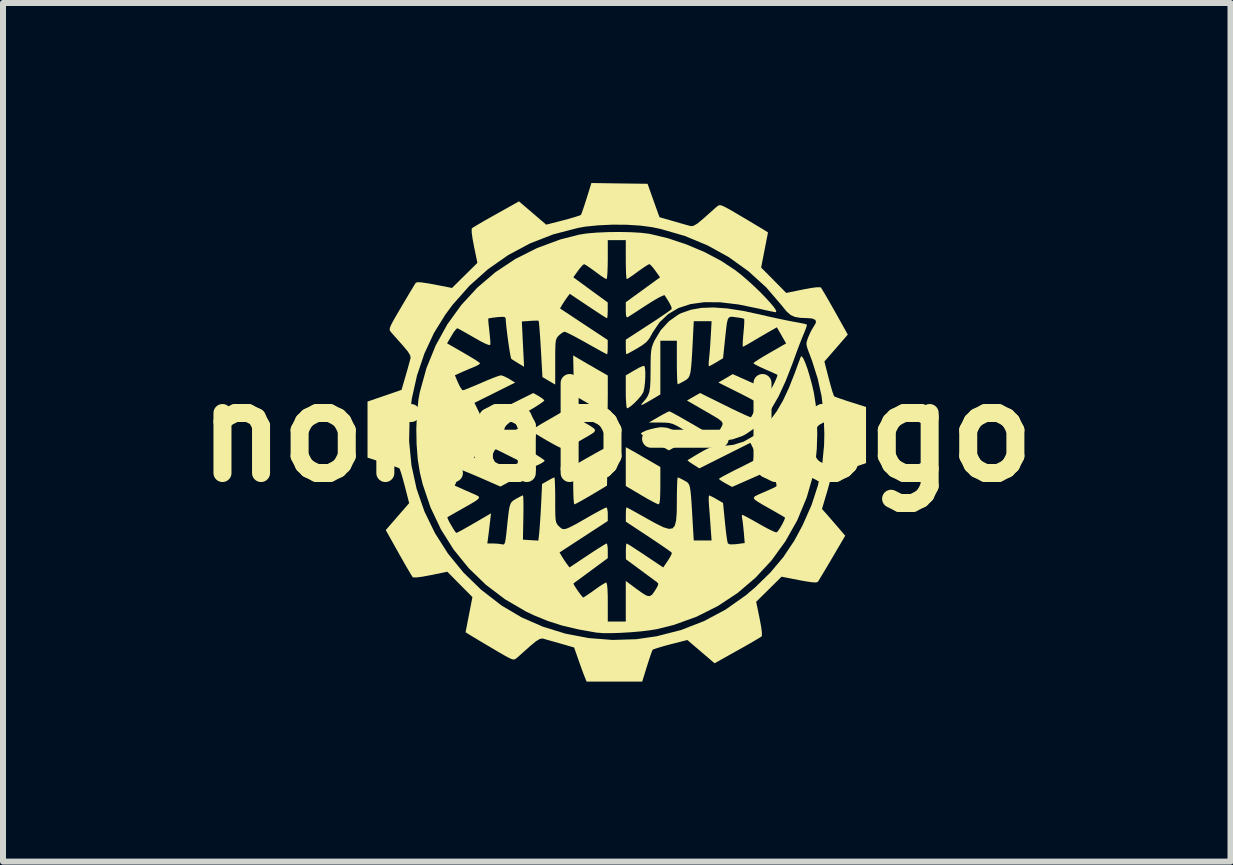
<source format=kicad_pcb>
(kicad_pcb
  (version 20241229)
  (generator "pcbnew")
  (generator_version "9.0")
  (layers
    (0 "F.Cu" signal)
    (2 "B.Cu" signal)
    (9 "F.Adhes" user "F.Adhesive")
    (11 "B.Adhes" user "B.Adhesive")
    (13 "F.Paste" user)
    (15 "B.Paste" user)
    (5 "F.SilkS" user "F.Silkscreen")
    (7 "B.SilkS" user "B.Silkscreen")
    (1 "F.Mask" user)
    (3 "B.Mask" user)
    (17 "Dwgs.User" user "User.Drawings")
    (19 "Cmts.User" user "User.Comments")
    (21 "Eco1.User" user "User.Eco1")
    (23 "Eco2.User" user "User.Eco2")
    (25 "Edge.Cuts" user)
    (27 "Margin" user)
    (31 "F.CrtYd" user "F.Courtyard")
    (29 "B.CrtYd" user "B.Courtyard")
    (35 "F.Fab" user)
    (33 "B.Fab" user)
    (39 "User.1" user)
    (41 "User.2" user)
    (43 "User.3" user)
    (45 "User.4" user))
  (footprint "norlab-logo"
    (layer "F.Cu")
    (at 7.229 4.155)
    (property "Reference" "norlab-logo" (at 0 0 0) (layer "F.SilkS") (effects (font (size 1.5 1.5) (thickness 0.3))))
    (attr board_only exclude_from_pos_files exclude_from_bom)
    (fp_poly (pts (xy 0.206 0.278) (xy 0.251 0.303) (xy 0.327 0.346) (xy 0.422 0.401) (xy 0.494 0.443) (xy 0.726 0.578) (xy 0.726 0.89) (xy 0.724 1.028) (xy 0.72 1.121) (xy 0.712 1.177) (xy 0.699 1.199) (xy 0.694 1.2) (xy 0.662 1.187) (xy 0.596 1.154) (xy 0.506 1.105) (xy 0.407 1.047) (xy 0.15 0.895) (xy 0.15 0.572) (xy 0.15 0.248)) (stroke (width 0) (type solid)) (fill yes) (layer "F.SilkS"))
    (fp_poly (pts (xy -0.633 -1.226) (xy -0.566 -1.187) (xy -0.474 -1.133) (xy -0.372 -1.075) (xy -0.344 -1.058) (xy -0.15 -0.947) (xy -0.15 -0.623) (xy -0.151 -0.503) (xy -0.152 -0.403) (xy -0.154 -0.332) (xy -0.157 -0.301) (xy -0.157 -0.3) (xy -0.18 -0.312) (xy -0.238 -0.344) (xy -0.322 -0.392) (xy -0.425 -0.451) (xy -0.439 -0.459) (xy -0.713 -0.618) (xy -0.72 -0.95) (xy -0.727 -1.282)) (stroke (width 0) (type solid)) (fill yes) (layer "F.SilkS"))
    (fp_poly (pts (xy 0.469 -1.077) (xy 0.475 -1.011) (xy 0.475 -0.924) (xy 0.47 -0.829) (xy 0.459 -0.742) (xy 0.445 -0.677) (xy 0.441 -0.667) (xy 0.409 -0.614) (xy 0.354 -0.55) (xy 0.291 -0.485) (xy 0.229 -0.432) (xy 0.182 -0.403) (xy 0.171 -0.4) (xy 0.162 -0.424) (xy 0.156 -0.487) (xy 0.151 -0.58) (xy 0.15 -0.675) (xy 0.15 -0.949) (xy 0.294 -1.034) (xy 0.369 -1.076) (xy 0.428 -1.102) (xy 0.457 -1.109)) (stroke (width 0) (type solid)) (fill yes) (layer "F.SilkS"))
    (fp_poly (pts (xy -0.161 0.274) (xy -0.156 0.338) (xy -0.154 0.433) (xy -0.155 0.55) (xy -0.156 0.569) (xy -0.163 0.888) (xy -0.425 1.045) (xy -0.528 1.105) (xy -0.615 1.154) (xy -0.678 1.188) (xy -0.707 1.201) (xy -0.707 1.201) (xy -0.714 1.178) (xy -0.72 1.114) (xy -0.724 1.018) (xy -0.726 0.901) (xy -0.726 0.88) (xy -0.726 0.559) (xy -0.456 0.405) (xy -0.351 0.346) (xy -0.263 0.297) (xy -0.199 0.264) (xy -0.168 0.25) (xy -0.167 0.25)) (stroke (width 0) (type solid)) (fill yes) (layer "F.SilkS"))
    (fp_poly (pts (xy 0.837 -0.076) (xy 0.925 -0.044) (xy 1.022 0.01) (xy 1.097 0.057) (xy 1.152 0.093) (xy 1.176 0.112) (xy 1.176 0.113) (xy 1.157 0.128) (xy 1.107 0.16) (xy 1.041 0.202) (xy 0.971 0.244) (xy 0.911 0.278) (xy 0.874 0.298) (xy 0.868 0.3) (xy 0.846 0.288) (xy 0.789 0.257) (xy 0.708 0.211) (xy 0.632 0.169) (xy 0.538 0.114) (xy 0.462 0.067) (xy 0.414 0.034) (xy 0.401 0.022) (xy 0.423 0.000288) (xy 0.48 -0.026) (xy 0.558 -0.051) (xy 0.643 -0.072) (xy 0.722 -0.084) (xy 0.753 -0.085)) (stroke (width 0) (type solid)) (fill yes) (layer "F.SilkS"))
    (fp_poly (pts (xy -0.84 -0.324) (xy -0.761 -0.287) (xy -0.648 -0.225) (xy -0.518 -0.152) (xy -0.428 -0.099) (xy -0.376 -0.061) (xy -0.361 -0.03) (xy -0.381 0.001) (xy -0.434 0.036) (xy -0.517 0.085) (xy -0.555 0.106) (xy -0.656 0.165) (xy -0.745 0.217) (xy -0.811 0.254) (xy -0.838 0.269) (xy -0.867 0.276) (xy -0.907 0.269) (xy -0.968 0.244) (xy -1.055 0.198) (xy -1.157 0.141) (xy -1.259 0.081) (xy -1.344 0.03) (xy -1.402 -0.008) (xy -1.425 -0.028) (xy -1.426 -0.028) (xy -1.406 -0.046) (xy -1.351 -0.083) (xy -1.27 -0.133) (xy -1.195 -0.177) (xy -1.095 -0.234) (xy -1.009 -0.284) (xy -0.947 -0.32) (xy -0.923 -0.334) (xy -0.892 -0.339)) (stroke (width 0) (type solid)) (fill yes) (layer "F.SilkS"))
    (fp_poly (pts (xy 1.846 -2.064) (xy 2.112 -2.022) (xy 2.384 -1.964) (xy 2.534 -1.929) (xy 2.686 -1.896) (xy 2.824 -1.867) (xy 2.932 -1.846) (xy 2.96 -1.841) (xy 3.053 -1.824) (xy 3.125 -1.809) (xy 3.164 -1.798) (xy 3.167 -1.796) (xy 3.164 -1.769) (xy 3.144 -1.71) (xy 3.119 -1.649) (xy 3.089 -1.576) (xy 3.047 -1.469) (xy 2.998 -1.34) (xy 2.948 -1.201) (xy 2.931 -1.154) (xy 2.813 -0.851) (xy 2.694 -0.594) (xy 2.57 -0.381) (xy 2.44 -0.208) (xy 2.301 -0.072) (xy 2.151 0.031) (xy 2.091 0.062) (xy 1.93 0.117) (xy 1.752 0.144) (xy 1.575 0.141) (xy 1.418 0.108) (xy 1.411 0.106) (xy 1.327 0.07) (xy 1.222 0.018) (xy 1.116 -0.041) (xy 1.099 -0.051) (xy 1.006 -0.106) (xy 0.936 -0.139) (xy 0.873 -0.156) (xy 0.797 -0.162) (xy 0.725 -0.163) (xy 0.535 -0.163) (xy 0.696 -0.257) (xy 0.776 -0.302) (xy 0.839 -0.335) (xy 0.874 -0.35) (xy 0.876 -0.35) (xy 0.903 -0.338) (xy 0.965 -0.305) (xy 1.056 -0.255) (xy 1.167 -0.191) (xy 1.26 -0.138) (xy 1.381 -0.067) (xy 1.487 -0.007) (xy 1.569 0.04) (xy 1.621 0.068) (xy 1.636 0.075) (xy 1.654 0.055) (xy 1.687 0.005) (xy 1.716 -0.042) (xy 1.744 -0.089) (xy 1.761 -0.125) (xy 1.763 -0.154) (xy 1.745 -0.184) (xy 1.701 -0.219) (xy 1.628 -0.265) (xy 1.519 -0.328) (xy 1.429 -0.38) (xy 1.17 -0.53) (xy 1.279 -0.593) (xy 1.389 -0.655) (xy 1.807 -0.448) (xy 1.939 -0.383) (xy 2.055 -0.328) (xy 2.148 -0.285) (xy 2.21 -0.259) (xy 2.236 -0.251) (xy 2.236 -0.251) (xy 2.254 -0.281) (xy 2.283 -0.336) (xy 2.315 -0.401) (xy 2.341 -0.456) (xy 2.352 -0.486) (xy 2.352 -0.487) (xy 2.331 -0.502) (xy 2.273 -0.535) (xy 2.186 -0.582) (xy 2.077 -0.638) (xy 2.023 -0.665) (xy 1.693 -0.83) (xy 1.813 -0.9) (xy 1.932 -0.97) (xy 2.234 -0.835) (xy 2.347 -0.785) (xy 2.444 -0.744) (xy 2.515 -0.714) (xy 2.55 -0.701) (xy 2.553 -0.701) (xy 2.571 -0.721) (xy 2.6 -0.771) (xy 2.632 -0.836) (xy 2.66 -0.899) (xy 2.676 -0.945) (xy 2.676 -0.959) (xy 2.649 -0.972) (xy 2.588 -1) (xy 2.504 -1.037) (xy 2.471 -1.051) (xy 2.383 -1.091) (xy 2.316 -1.125) (xy 2.28 -1.148) (xy 2.277 -1.153) (xy 2.298 -1.171) (xy 2.354 -1.208) (xy 2.437 -1.26) (xy 2.538 -1.319) (xy 2.55 -1.326) (xy 2.822 -1.482) (xy 2.745 -1.616) (xy 2.668 -1.75) (xy 2.529 -1.671) (xy 2.425 -1.611) (xy 2.311 -1.544) (xy 2.252 -1.509) (xy 2.179 -1.466) (xy 2.125 -1.437) (xy 2.101 -1.426) (xy 2.098 -1.449) (xy 2.1 -1.511) (xy 2.106 -1.6) (xy 2.111 -1.652) (xy 2.12 -1.753) (xy 2.125 -1.834) (xy 2.124 -1.882) (xy 2.122 -1.891) (xy 2.091 -1.901) (xy 2.028 -1.912) (xy 1.983 -1.918) (xy 1.932 -1.925) (xy 1.895 -1.925) (xy 1.869 -1.913) (xy 1.85 -1.882) (xy 1.836 -1.825) (xy 1.824 -1.736) (xy 1.81 -1.607) (xy 1.8 -1.512) (xy 1.771 -1.235) (xy 1.66 -1.168) (xy 1.595 -1.13) (xy 1.549 -1.106) (xy 1.536 -1.101) (xy 1.531 -1.123) (xy 1.533 -1.179) (xy 1.536 -1.207) (xy 1.543 -1.278) (xy 1.552 -1.382) (xy 1.56 -1.503) (xy 1.565 -1.583) (xy 1.58 -1.852) (xy 1.431 -1.852) (xy 1.283 -1.852) (xy 1.267 -1.533) (xy 1.257 -1.342) (xy 1.248 -1.195) (xy 1.239 -1.086) (xy 1.229 -1.006) (xy 1.215 -0.952) (xy 1.198 -0.915) (xy 1.175 -0.889) (xy 1.145 -0.868) (xy 1.125 -0.856) (xy 1.064 -0.823) (xy 1.022 -0.803) (xy 1.015 -0.801) (xy 1.01 -0.824) (xy 1.006 -0.889) (xy 1.003 -0.986) (xy 1.001 -1.107) (xy 1.001 -1.164) (xy 1.001 -1.527) (xy 0.863 -1.527) (xy 0.726 -1.527) (xy 0.726 -1.079) (xy 0.726 -0.631) (xy 0.574 -0.541) (xy 0.48 -0.487) (xy 0.426 -0.459) (xy 0.406 -0.457) (xy 0.419 -0.479) (xy 0.443 -0.507) (xy 0.489 -0.561) (xy 0.521 -0.614) (xy 0.543 -0.676) (xy 0.555 -0.756) (xy 0.561 -0.865) (xy 0.563 -1.012) (xy 0.563 -1.039) (xy 0.564 -1.18) (xy 0.567 -1.284) (xy 0.573 -1.359) (xy 0.585 -1.419) (xy 0.604 -1.474) (xy 0.63 -1.532) (xy 0.733 -1.703) (xy 0.867 -1.849) (xy 1.022 -1.96) (xy 1.077 -1.988) (xy 1.235 -2.043) (xy 1.413 -2.074) (xy 1.615 -2.081)) (stroke (width 0) (type solid)) (fill yes) (layer "F.SilkS"))
    (fp_poly (pts (xy 0.045 -4.148) (xy 0.513 -4.142) (xy 0.612 -3.863) (xy 0.712 -3.585) (xy 0.95 -3.517) (xy 1.058 -3.486) (xy 1.152 -3.459) (xy 1.218 -3.441) (xy 1.239 -3.436) (xy 1.282 -3.443) (xy 1.347 -3.482) (xy 1.437 -3.557) (xy 1.452 -3.57) (xy 1.534 -3.643) (xy 1.607 -3.708) (xy 1.659 -3.754) (xy 1.669 -3.762) (xy 1.69 -3.778) (xy 1.713 -3.786) (xy 1.743 -3.782) (xy 1.789 -3.763) (xy 1.858 -3.726) (xy 1.956 -3.67) (xy 2.069 -3.603) (xy 2.191 -3.531) (xy 2.3 -3.466) (xy 2.39 -3.412) (xy 2.45 -3.376) (xy 2.467 -3.365) (xy 2.52 -3.332) (xy 2.463 -3.039) (xy 2.406 -2.746) (xy 2.615 -2.535) (xy 2.824 -2.323) (xy 3.101 -2.38) (xy 3.235 -2.405) (xy 3.333 -2.418) (xy 3.39 -2.418) (xy 3.401 -2.414) (xy 3.42 -2.385) (xy 3.459 -2.32) (xy 3.514 -2.227) (xy 3.579 -2.112) (xy 3.637 -2.01) (xy 3.85 -1.629) (xy 3.655 -1.404) (xy 3.46 -1.18) (xy 3.533 -0.896) (xy 3.563 -0.784) (xy 3.59 -0.69) (xy 3.612 -0.625) (xy 3.623 -0.6) (xy 3.653 -0.587) (xy 3.72 -0.563) (xy 3.814 -0.531) (xy 3.898 -0.504) (xy 4.154 -0.422) (xy 4.154 0.045) (xy 4.154 0.513) (xy 3.865 0.613) (xy 3.742 0.657) (xy 3.658 0.69) (xy 3.606 0.717) (xy 3.577 0.743) (xy 3.564 0.77) (xy 3.563 0.776) (xy 3.55 0.828) (xy 3.527 0.912) (xy 3.498 1.015) (xy 3.485 1.057) (xy 3.42 1.277) (xy 3.525 1.395) (xy 3.599 1.481) (xy 3.678 1.572) (xy 3.718 1.619) (xy 3.807 1.723) (xy 3.589 2.094) (xy 3.516 2.218) (xy 3.451 2.327) (xy 3.398 2.415) (xy 3.363 2.473) (xy 3.35 2.492) (xy 3.322 2.502) (xy 3.257 2.499) (xy 3.153 2.484) (xy 3.038 2.463) (xy 2.746 2.406) (xy 2.535 2.615) (xy 2.323 2.824) (xy 2.38 3.101) (xy 2.405 3.235) (xy 2.418 3.333) (xy 2.418 3.39) (xy 2.414 3.401) (xy 2.385 3.42) (xy 2.32 3.459) (xy 2.227 3.514) (xy 2.112 3.579) (xy 2.01 3.636) (xy 1.63 3.849) (xy 1.403 3.655) (xy 1.176 3.461) (xy 0.894 3.533) (xy 0.782 3.563) (xy 0.689 3.591) (xy 0.624 3.612) (xy 0.598 3.623) (xy 0.585 3.653) (xy 0.561 3.72) (xy 0.53 3.814) (xy 0.503 3.898) (xy 0.424 4.154) (xy -0.04 4.154) (xy -0.503 4.154) (xy -0.536 4.073) (xy -0.56 4.011) (xy -0.594 3.919) (xy -0.631 3.814) (xy -0.64 3.789) (xy -0.711 3.586) (xy -0.95 3.517) (xy -1.058 3.486) (xy -1.152 3.46) (xy -1.218 3.441) (xy -1.239 3.436) (xy -1.282 3.443) (xy -1.347 3.482) (xy -1.437 3.557) (xy -1.452 3.57) (xy -1.534 3.643) (xy -1.607 3.708) (xy -1.659 3.754) (xy -1.669 3.762) (xy -1.69 3.778) (xy -1.713 3.786) (xy -1.743 3.782) (xy -1.789 3.763) (xy -1.858 3.726) (xy -1.956 3.67) (xy -2.069 3.603) (xy -2.191 3.531) (xy -2.3 3.466) (xy -2.39 3.412) (xy -2.45 3.376) (xy -2.467 3.365) (xy -2.52 3.332) (xy -2.463 3.039) (xy -2.406 2.746) (xy -2.615 2.535) (xy -2.824 2.323) (xy -3.101 2.38) (xy -3.235 2.405) (xy -3.333 2.418) (xy -3.39 2.418) (xy -3.401 2.414) (xy -3.42 2.385) (xy -3.459 2.32) (xy -3.514 2.227) (xy -3.579 2.112) (xy -3.637 2.01) (xy -3.85 1.629) (xy -3.655 1.404) (xy -3.46 1.18) (xy -3.533 0.896) (xy -3.563 0.784) (xy -3.59 0.69) (xy -3.612 0.625) (xy -3.623 0.6) (xy -3.653 0.587) (xy -3.72 0.563) (xy -3.814 0.531) (xy -3.898 0.504) (xy -4.154 0.422) (xy -4.154 0.146) (xy -3.461 0.146) (xy -3.422 0.55) (xy -3.336 0.942) (xy -3.205 1.32) (xy -3.03 1.68) (xy -2.814 2.02) (xy -2.557 2.335) (xy -2.261 2.623) (xy -1.927 2.881) (xy -1.917 2.888) (xy -1.588 3.083) (xy -1.232 3.239) (xy -0.856 3.355) (xy -0.467 3.429) (xy -0.072 3.46) (xy 0.324 3.448) (xy 0.663 3.399) (xy 1.07 3.295) (xy 1.453 3.146) (xy 1.813 2.954) (xy 2.149 2.717) (xy 2.305 2.585) (xy 2.561 2.335) (xy 2.776 2.079) (xy 2.96 1.803) (xy 3.098 1.546) (xy 3.247 1.209) (xy 3.353 0.883) (xy 3.422 0.555) (xy 3.455 0.213) (xy 3.459 0.025) (xy 3.448 -0.303) (xy 3.413 -0.603) (xy 3.349 -0.893) (xy 3.255 -1.19) (xy 3.212 -1.305) (xy 3.179 -1.393) (xy 3.163 -1.451) (xy 3.162 -1.497) (xy 3.177 -1.548) (xy 3.192 -1.588) (xy 3.229 -1.672) (xy 3.27 -1.745) (xy 3.285 -1.767) (xy 3.32 -1.83) (xy 3.311 -1.873) (xy 3.256 -1.897) (xy 3.185 -1.903) (xy 3.058 -1.908) (xy 2.966 -1.924) (xy 2.895 -1.957) (xy 2.83 -2.014) (xy 2.758 -2.103) (xy 2.751 -2.112) (xy 2.492 -2.414) (xy 2.196 -2.683) (xy 1.869 -2.918) (xy 1.513 -3.115) (xy 1.133 -3.273) (xy 0.732 -3.389) (xy 0.588 -3.419) (xy 0.394 -3.445) (xy 0.169 -3.459) (xy -0.07 -3.461) (xy -0.307 -3.45) (xy -0.525 -3.428) (xy -0.639 -3.408) (xy -1.053 -3.301) (xy -1.443 -3.15) (xy -1.808 -2.955) (xy -2.146 -2.719) (xy -2.457 -2.441) (xy -2.737 -2.124) (xy -2.856 -1.964) (xy -3.048 -1.654) (xy -3.207 -1.311) (xy -3.33 -0.945) (xy -3.415 -0.565) (xy -3.452 -0.266) (xy -3.461 0.146) (xy -4.154 0.146) (xy -4.154 -0.045) (xy -4.154 -0.513) (xy -3.87 -0.61) (xy -3.587 -0.708) (xy -3.517 -0.948) (xy -3.486 -1.056) (xy -3.46 -1.15) (xy -3.442 -1.218) (xy -3.436 -1.239) (xy -3.443 -1.282) (xy -3.482 -1.347) (xy -3.557 -1.437) (xy -3.57 -1.452) (xy -3.643 -1.534) (xy -3.708 -1.607) (xy -3.753 -1.659) (xy -3.762 -1.669) (xy -3.778 -1.689) (xy -3.785 -1.711) (xy -3.781 -1.742) (xy -3.763 -1.787) (xy -3.728 -1.854) (xy -3.674 -1.949) (xy -3.597 -2.08) (xy -3.589 -2.094) (xy -3.516 -2.217) (xy -3.451 -2.327) (xy -3.398 -2.414) (xy -3.363 -2.472) (xy -3.35 -2.492) (xy -3.322 -2.502) (xy -3.257 -2.499) (xy -3.153 -2.484) (xy -3.038 -2.463) (xy -2.746 -2.406) (xy -2.535 -2.615) (xy -2.323 -2.824) (xy -2.38 -3.101) (xy -2.405 -3.235) (xy -2.418 -3.333) (xy -2.418 -3.39) (xy -2.414 -3.401) (xy -2.385 -3.42) (xy -2.32 -3.459) (xy -2.227 -3.514) (xy -2.112 -3.579) (xy -2.01 -3.636) (xy -1.63 -3.849) (xy -1.403 -3.655) (xy -1.176 -3.461) (xy -0.894 -3.533) (xy -0.782 -3.563) (xy -0.689 -3.591) (xy -0.624 -3.612) (xy -0.598 -3.623) (xy -0.585 -3.653) (xy -0.561 -3.72) (xy -0.53 -3.814) (xy -0.503 -3.898) (xy -0.423 -4.155)) (stroke (width 0) (type solid)) (fill yes) (layer "F.SilkS"))
    (fp_poly (pts (xy 0.242 -3.335) (xy 0.411 -3.325) (xy 0.544 -3.308) (xy 0.551 -3.307) (xy 0.854 -3.234) (xy 1.162 -3.131) (xy 1.46 -3.005) (xy 1.736 -2.86) (xy 1.97 -2.706) (xy 2.075 -2.624) (xy 2.184 -2.53) (xy 2.293 -2.431) (xy 2.397 -2.33) (xy 2.49 -2.234) (xy 2.568 -2.148) (xy 2.625 -2.078) (xy 2.656 -2.028) (xy 2.655 -2.003) (xy 2.648 -2.002) (xy 2.611 -2.008) (xy 2.537 -2.023) (xy 2.439 -2.045) (xy 2.365 -2.062) (xy 2.028 -2.131) (xy 1.727 -2.167) (xy 1.461 -2.169) (xy 1.228 -2.137) (xy 1.027 -2.071) (xy 0.856 -1.97) (xy 0.714 -1.835) (xy 0.598 -1.664) (xy 0.588 -1.644) (xy 0.542 -1.563) (xy 0.493 -1.504) (xy 0.426 -1.452) (xy 0.342 -1.4) (xy 0.26 -1.354) (xy 0.197 -1.319) (xy 0.163 -1.302) (xy 0.16 -1.301) (xy 0.154 -1.324) (xy 0.151 -1.381) (xy 0.15 -1.423) (xy 0.15 -1.544) (xy 0.525 -1.788) (xy 0.647 -1.867) (xy 0.754 -1.939) (xy 0.839 -1.997) (xy 0.895 -2.038) (xy 0.915 -2.055) (xy 0.91 -2.092) (xy 0.873 -2.165) (xy 0.805 -2.273) (xy 0.798 -2.285) (xy 0.772 -2.28) (xy 0.713 -2.252) (xy 0.629 -2.205) (xy 0.528 -2.142) (xy 0.497 -2.122) (xy 0.39 -2.053) (xy 0.297 -1.992) (xy 0.225 -1.946) (xy 0.185 -1.92) (xy 0.181 -1.918) (xy 0.163 -1.919) (xy 0.153 -1.957) (xy 0.15 -2.034) (xy 0.15 -2.168) (xy 0.436 -2.376) (xy 0.721 -2.583) (xy 0.643 -2.693) (xy 0.596 -2.754) (xy 0.558 -2.794) (xy 0.543 -2.803) (xy 0.513 -2.789) (xy 0.454 -2.751) (xy 0.378 -2.698) (xy 0.35 -2.678) (xy 0.271 -2.62) (xy 0.208 -2.577) (xy 0.171 -2.554) (xy 0.166 -2.553) (xy 0.16 -2.576) (xy 0.155 -2.64) (xy 0.152 -2.736) (xy 0.15 -2.854) (xy 0.15 -2.878) (xy 0.15 -3.203) (xy 0 -3.203) (xy -0.15 -3.203) (xy -0.15 -2.878) (xy -0.152 -2.757) (xy -0.156 -2.656) (xy -0.162 -2.585) (xy -0.17 -2.553) (xy -0.171 -2.553) (xy -0.2 -2.567) (xy -0.257 -2.604) (xy -0.332 -2.658) (xy -0.358 -2.678) (xy -0.437 -2.735) (xy -0.501 -2.779) (xy -0.54 -2.801) (xy -0.545 -2.803) (xy -0.571 -2.784) (xy -0.613 -2.736) (xy -0.646 -2.693) (xy -0.724 -2.584) (xy -0.438 -2.374) (xy -0.151 -2.165) (xy -0.151 -2.033) (xy -0.153 -1.96) (xy -0.158 -1.912) (xy -0.163 -1.902) (xy -0.188 -1.915) (xy -0.246 -1.951) (xy -0.33 -2.006) (xy -0.433 -2.074) (xy -0.48 -2.105) (xy -0.783 -2.308) (xy -0.827 -2.251) (xy -0.874 -2.183) (xy -0.908 -2.129) (xy -0.946 -2.065) (xy -0.549 -1.802) (xy -0.151 -1.539) (xy -0.151 -1.42) (xy -0.153 -1.351) (xy -0.158 -1.308) (xy -0.162 -1.301) (xy -0.187 -1.313) (xy -0.248 -1.345) (xy -0.336 -1.394) (xy -0.444 -1.454) (xy -0.505 -1.489) (xy -0.623 -1.554) (xy -0.727 -1.61) (xy -0.808 -1.651) (xy -0.859 -1.674) (xy -0.87 -1.677) (xy -0.909 -1.66) (xy -0.96 -1.62) (xy -0.965 -1.615) (xy -0.988 -1.59) (xy -1.005 -1.562) (xy -1.016 -1.524) (xy -1.022 -1.467) (xy -1.025 -1.382) (xy -1.026 -1.26) (xy -1.026 -1.175) (xy -1.026 -0.796) (xy -1.132 -0.858) (xy -1.239 -0.921) (xy -1.265 -1.386) (xy -1.274 -1.533) (xy -1.283 -1.662) (xy -1.291 -1.764) (xy -1.298 -1.833) (xy -1.303 -1.859) (xy -1.303 -1.859) (xy -1.332 -1.862) (xy -1.395 -1.86) (xy -1.448 -1.857) (xy -1.582 -1.847) (xy -1.564 -1.47) (xy -1.545 -1.093) (xy -1.642 -1.151) (xy -1.705 -1.19) (xy -1.75 -1.219) (xy -1.759 -1.226) (xy -1.767 -1.254) (xy -1.78 -1.321) (xy -1.795 -1.415) (xy -1.811 -1.524) (xy -1.826 -1.639) (xy -1.839 -1.747) (xy -1.848 -1.837) (xy -1.852 -1.897) (xy -1.852 -1.899) (xy -1.863 -1.919) (xy -1.902 -1.925) (xy -1.98 -1.921) (xy -1.992 -1.919) (xy -2.07 -1.91) (xy -2.124 -1.901) (xy -2.141 -1.897) (xy -2.142 -1.87) (xy -2.137 -1.806) (xy -2.127 -1.717) (xy -2.124 -1.691) (xy -2.114 -1.594) (xy -2.107 -1.514) (xy -2.107 -1.465) (xy -2.107 -1.46) (xy -2.128 -1.454) (xy -2.183 -1.474) (xy -2.274 -1.52) (xy -2.376 -1.578) (xy -2.479 -1.637) (xy -2.566 -1.686) (xy -2.629 -1.721) (xy -2.658 -1.735) (xy -2.658 -1.735) (xy -2.68 -1.717) (xy -2.718 -1.668) (xy -2.753 -1.611) (xy -2.828 -1.483) (xy -2.553 -1.325) (xy -2.449 -1.264) (xy -2.363 -1.212) (xy -2.303 -1.172) (xy -2.278 -1.151) (xy -2.277 -1.15) (xy -2.298 -1.13) (xy -2.35 -1.102) (xy -2.371 -1.093) (xy -2.453 -1.059) (xy -2.549 -1.018) (xy -2.582 -1.003) (xy -2.698 -0.951) (xy -2.645 -0.826) (xy -2.611 -0.756) (xy -2.58 -0.711) (xy -2.565 -0.701) (xy -2.533 -0.71) (xy -2.465 -0.737) (xy -2.371 -0.776) (xy -2.26 -0.823) (xy -2.255 -0.826) (xy -2.142 -0.874) (xy -2.044 -0.913) (xy -1.97 -0.94) (xy -1.931 -0.95) (xy -1.931 -0.95) (xy -1.885 -0.937) (xy -1.819 -0.905) (xy -1.792 -0.889) (xy -1.694 -0.829) (xy -2.033 -0.66) (xy -2.372 -0.491) (xy -2.308 -0.36) (xy -2.244 -0.229) (xy -1.818 -0.442) (xy -1.392 -0.655) (xy -1.304 -0.605) (xy -1.246 -0.568) (xy -1.211 -0.538) (xy -1.208 -0.532) (xy -1.225 -0.513) (xy -1.279 -0.474) (xy -1.36 -0.422) (xy -1.461 -0.362) (xy -1.472 -0.356) (xy -1.616 -0.273) (xy -1.722 -0.209) (xy -1.795 -0.158) (xy -1.841 -0.117) (xy -1.866 -0.08) (xy -1.876 -0.044) (xy -1.877 -0.024) (xy -1.875 0.006) (xy -1.866 0.033) (xy -1.844 0.06) (xy -1.804 0.094) (xy -1.74 0.137) (xy -1.646 0.194) (xy -1.517 0.27) (xy -1.445 0.312) (xy -1.348 0.37) (xy -1.269 0.42) (xy -1.217 0.457) (xy -1.201 0.473) (xy -1.222 0.494) (xy -1.274 0.525) (xy -1.303 0.539) (xy -1.406 0.585) (xy -1.817 0.38) (xy -1.948 0.315) (xy -2.063 0.259) (xy -2.155 0.214) (xy -2.216 0.185) (xy -2.239 0.175) (xy -2.256 0.196) (xy -2.287 0.248) (xy -2.315 0.3) (xy -2.378 0.425) (xy -2.052 0.588) (xy -1.937 0.647) (xy -1.84 0.699) (xy -1.768 0.74) (xy -1.731 0.765) (xy -1.727 0.77) (xy -1.747 0.792) (xy -1.798 0.827) (xy -1.833 0.847) (xy -1.939 0.904) (xy -2.261 0.763) (xy -2.377 0.713) (xy -2.475 0.672) (xy -2.547 0.643) (xy -2.584 0.63) (xy -2.588 0.63) (xy -2.6 0.656) (xy -2.625 0.713) (xy -2.647 0.763) (xy -2.7 0.888) (xy -2.607 0.929) (xy -2.528 0.965) (xy -2.433 1.006) (xy -2.39 1.025) (xy -2.336 1.049) (xy -2.303 1.068) (xy -2.294 1.089) (xy -2.314 1.115) (xy -2.364 1.151) (xy -2.45 1.202) (xy -2.576 1.274) (xy -2.59 1.282) (xy -2.684 1.335) (xy -2.761 1.379) (xy -2.81 1.407) (xy -2.823 1.415) (xy -2.817 1.439) (xy -2.793 1.49) (xy -2.757 1.553) (xy -2.72 1.615) (xy -2.689 1.661) (xy -2.673 1.676) (xy -2.646 1.664) (xy -2.585 1.632) (xy -2.498 1.583) (xy -2.393 1.523) (xy -2.376 1.513) (xy -2.096 1.35) (xy -2.113 1.494) (xy -2.125 1.597) (xy -2.137 1.7) (xy -2.143 1.745) (xy -2.158 1.852) (xy -2.061 1.852) (xy -1.983 1.856) (xy -1.918 1.865) (xy -1.912 1.867) (xy -1.89 1.87) (xy -1.874 1.86) (xy -1.861 1.829) (xy -1.851 1.77) (xy -1.839 1.674) (xy -1.83 1.585) (xy -1.814 1.432) (xy -1.801 1.322) (xy -1.788 1.245) (xy -1.772 1.194) (xy -1.751 1.159) (xy -1.722 1.134) (xy -1.683 1.111) (xy -1.677 1.107) (xy -1.615 1.073) (xy -1.572 1.053) (xy -1.564 1.051) (xy -1.559 1.075) (xy -1.556 1.139) (xy -1.555 1.237) (xy -1.556 1.358) (xy -1.557 1.42) (xy -1.564 1.789) (xy -1.436 1.797) (xy -1.307 1.804) (xy -1.292 1.672) (xy -1.286 1.596) (xy -1.278 1.484) (xy -1.269 1.351) (xy -1.262 1.212) (xy -1.261 1.2) (xy -1.245 0.861) (xy -1.149 0.806) (xy -1.088 0.772) (xy -1.047 0.753) (xy -1.04 0.751) (xy -1.035 0.774) (xy -1.031 0.839) (xy -1.028 0.937) (xy -1.026 1.059) (xy -1.026 1.127) (xy -1.026 1.272) (xy -1.024 1.376) (xy -1.02 1.447) (xy -1.011 1.494) (xy -0.998 1.526) (xy -0.978 1.552) (xy -0.963 1.567) (xy -0.933 1.594) (xy -0.905 1.611) (xy -0.87 1.613) (xy -0.823 1.6) (xy -0.755 1.568) (xy -0.659 1.517) (xy -0.529 1.443) (xy -0.497 1.424) (xy -0.386 1.361) (xy -0.29 1.309) (xy -0.218 1.271) (xy -0.177 1.252) (xy -0.173 1.251) (xy -0.159 1.274) (xy -0.151 1.33) (xy -0.15 1.364) (xy -0.15 1.478) (xy -0.552 1.74) (xy -0.954 2.002) (xy -0.912 2.073) (xy -0.868 2.142) (xy -0.829 2.197) (xy -0.788 2.252) (xy -0.488 2.052) (xy -0.38 1.981) (xy -0.286 1.921) (xy -0.215 1.877) (xy -0.175 1.854) (xy -0.169 1.852) (xy -0.158 1.874) (xy -0.151 1.932) (xy -0.15 1.974) (xy -0.15 2.097) (xy -0.432 2.305) (xy -0.534 2.38) (xy -0.621 2.444) (xy -0.685 2.491) (xy -0.719 2.516) (xy -0.722 2.518) (xy -0.714 2.54) (xy -0.686 2.587) (xy -0.646 2.646) (xy -0.605 2.702) (xy -0.573 2.742) (xy -0.559 2.753) (xy -0.534 2.739) (xy -0.479 2.702) (xy -0.403 2.65) (xy -0.373 2.628) (xy -0.292 2.57) (xy -0.224 2.527) (xy -0.182 2.504) (xy -0.176 2.502) (xy -0.164 2.527) (xy -0.156 2.597) (xy -0.151 2.708) (xy -0.15 2.828) (xy -0.15 3.153) (xy 0 3.153) (xy 0.15 3.153) (xy 0.15 2.815) (xy 0.15 2.477) (xy 0.339 2.617) (xy 0.434 2.685) (xy 0.5 2.723) (xy 0.548 2.73) (xy 0.587 2.707) (xy 0.628 2.651) (xy 0.653 2.611) (xy 0.685 2.554) (xy 0.691 2.522) (xy 0.671 2.498) (xy 0.667 2.495) (xy 0.631 2.469) (xy 0.565 2.42) (xy 0.478 2.356) (xy 0.389 2.29) (xy 0.152 2.115) (xy 0.151 1.983) (xy 0.153 1.91) (xy 0.158 1.862) (xy 0.163 1.852) (xy 0.188 1.865) (xy 0.246 1.901) (xy 0.33 1.956) (xy 0.432 2.023) (xy 0.475 2.052) (xy 0.774 2.252) (xy 0.851 2.139) (xy 0.892 2.073) (xy 0.915 2.024) (xy 0.916 2.006) (xy 0.892 1.986) (xy 0.833 1.944) (xy 0.746 1.884) (xy 0.638 1.811) (xy 0.527 1.737) (xy 0.151 1.489) (xy 0.151 1.37) (xy 0.153 1.301) (xy 0.158 1.258) (xy 0.162 1.251) (xy 0.187 1.263) (xy 0.248 1.295) (xy 0.336 1.344) (xy 0.444 1.404) (xy 0.505 1.439) (xy 0.661 1.525) (xy 0.78 1.583) (xy 0.868 1.609) (xy 0.929 1.601) (xy 0.967 1.555) (xy 0.989 1.468) (xy 0.999 1.338) (xy 1.001 1.161) (xy 1.001 1.134) (xy 1.002 1.002) (xy 1.005 0.889) (xy 1.008 0.805) (xy 1.013 0.758) (xy 1.016 0.751) (xy 1.046 0.762) (xy 1.101 0.79) (xy 1.126 0.804) (xy 1.157 0.821) (xy 1.181 0.838) (xy 1.199 0.861) (xy 1.214 0.897) (xy 1.225 0.95) (xy 1.234 1.028) (xy 1.243 1.136) (xy 1.252 1.28) (xy 1.263 1.467) (xy 1.266 1.52) (xy 1.283 1.802) (xy 1.431 1.802) (xy 1.58 1.802) (xy 1.565 1.595) (xy 1.556 1.469) (xy 1.546 1.335) (xy 1.537 1.222) (xy 1.537 1.22) (xy 1.532 1.136) (xy 1.533 1.075) (xy 1.539 1.051) (xy 1.539 1.051) (xy 1.568 1.063) (xy 1.625 1.092) (xy 1.663 1.114) (xy 1.771 1.177) (xy 1.803 1.501) (xy 1.816 1.624) (xy 1.829 1.73) (xy 1.841 1.809) (xy 1.851 1.85) (xy 1.852 1.852) (xy 1.89 1.868) (xy 1.974 1.865) (xy 2.001 1.862) (xy 2.132 1.845) (xy 2.116 1.654) (xy 2.106 1.556) (xy 2.096 1.474) (xy 2.087 1.423) (xy 2.086 1.42) (xy 2.085 1.384) (xy 2.094 1.376) (xy 2.123 1.388) (xy 2.185 1.421) (xy 2.272 1.469) (xy 2.375 1.527) (xy 2.375 1.528) (xy 2.478 1.585) (xy 2.567 1.631) (xy 2.632 1.66) (xy 2.663 1.668) (xy 2.663 1.668) (xy 2.688 1.643) (xy 2.723 1.591) (xy 2.759 1.528) (xy 2.789 1.468) (xy 2.803 1.427) (xy 2.802 1.419) (xy 2.776 1.403) (xy 2.717 1.369) (xy 2.634 1.321) (xy 2.565 1.282) (xy 2.436 1.209) (xy 2.348 1.156) (xy 2.297 1.119) (xy 2.282 1.091) (xy 2.301 1.067) (xy 2.35 1.041) (xy 2.427 1.008) (xy 2.443 1.001) (xy 2.535 0.961) (xy 2.61 0.927) (xy 2.654 0.904) (xy 2.66 0.9) (xy 2.662 0.87) (xy 2.645 0.81) (xy 2.623 0.755) (xy 2.565 0.627) (xy 2.244 0.768) (xy 1.922 0.91) (xy 1.812 0.85) (xy 1.749 0.813) (xy 1.709 0.784) (xy 1.702 0.776) (xy 1.723 0.76) (xy 1.781 0.727) (xy 1.869 0.681) (xy 1.977 0.625) (xy 2.027 0.601) (xy 2.142 0.543) (xy 2.239 0.494) (xy 2.311 0.456) (xy 2.348 0.435) (xy 2.352 0.432) (xy 2.342 0.407) (xy 2.315 0.351) (xy 2.289 0.3) (xy 2.226 0.175) (xy 1.801 0.388) (xy 1.376 0.601) (xy 1.274 0.536) (xy 1.216 0.498) (xy 1.183 0.471) (xy 1.18 0.464) (xy 1.204 0.449) (xy 1.261 0.414) (xy 1.34 0.367) (xy 1.377 0.345) (xy 1.475 0.29) (xy 1.55 0.256) (xy 1.619 0.238) (xy 1.701 0.231) (xy 1.74 0.23) (xy 1.94 0.209) (xy 2.115 0.155) (xy 2.277 0.062) (xy 2.422 -0.059) (xy 2.551 -0.195) (xy 2.666 -0.351) (xy 2.771 -0.532) (xy 2.872 -0.749) (xy 2.966 -0.988) (xy 3.004 -1.092) (xy 3.037 -1.181) (xy 3.061 -1.244) (xy 3.067 -1.261) (xy 3.084 -1.266) (xy 3.109 -1.23) (xy 3.142 -1.158) (xy 3.178 -1.058) (xy 3.215 -0.936) (xy 3.252 -0.8) (xy 3.283 -0.668) (xy 3.316 -0.46) (xy 3.335 -0.222) (xy 3.341 0.03) (xy 3.333 0.281) (xy 3.31 0.513) (xy 3.28 0.688) (xy 3.164 1.089) (xy 3.008 1.465) (xy 2.811 1.815) (xy 2.579 2.135) (xy 2.312 2.423) (xy 2.013 2.678) (xy 1.684 2.895) (xy 1.329 3.073) (xy 0.95 3.21) (xy 0.669 3.28) (xy 0.546 3.3) (xy 0.394 3.318) (xy 0.228 3.332) (xy 0.059 3.342) (xy -0.099 3.347) (xy -0.235 3.346) (xy -0.334 3.338) (xy -0.338 3.338) (xy -0.642 3.284) (xy -0.909 3.221) (xy -1.152 3.143) (xy -1.384 3.048) (xy -1.512 2.987) (xy -1.862 2.783) (xy -2.181 2.541) (xy -2.467 2.264) (xy -2.718 1.955) (xy -2.931 1.617) (xy -3.104 1.252) (xy -3.235 0.864) (xy -3.282 0.669) (xy -3.317 0.451) (xy -3.336 0.203) (xy -3.341 -0.057) (xy -3.33 -0.314) (xy -3.305 -0.549) (xy -3.283 -0.669) (xy -3.171 -1.072) (xy -3.017 -1.45) (xy -2.823 -1.801) (xy -2.591 -2.122) (xy -2.323 -2.413) (xy -2.022 -2.669) (xy -1.689 -2.89) (xy -1.327 -3.072) (xy -0.939 -3.215) (xy -0.626 -3.295) (xy -0.495 -3.315) (xy -0.329 -3.329) (xy -0.142 -3.337) (xy 0.053 -3.339)) (stroke (width 0) (type solid)) (fill yes) (layer "F.SilkS")))
  (gr_rect
    (start -3 -3)
    (end 17.457 11.309)
    (stroke (width 0.1) (type default))
    (fill no)
    (layer "Edge.Cuts")))
</source>
